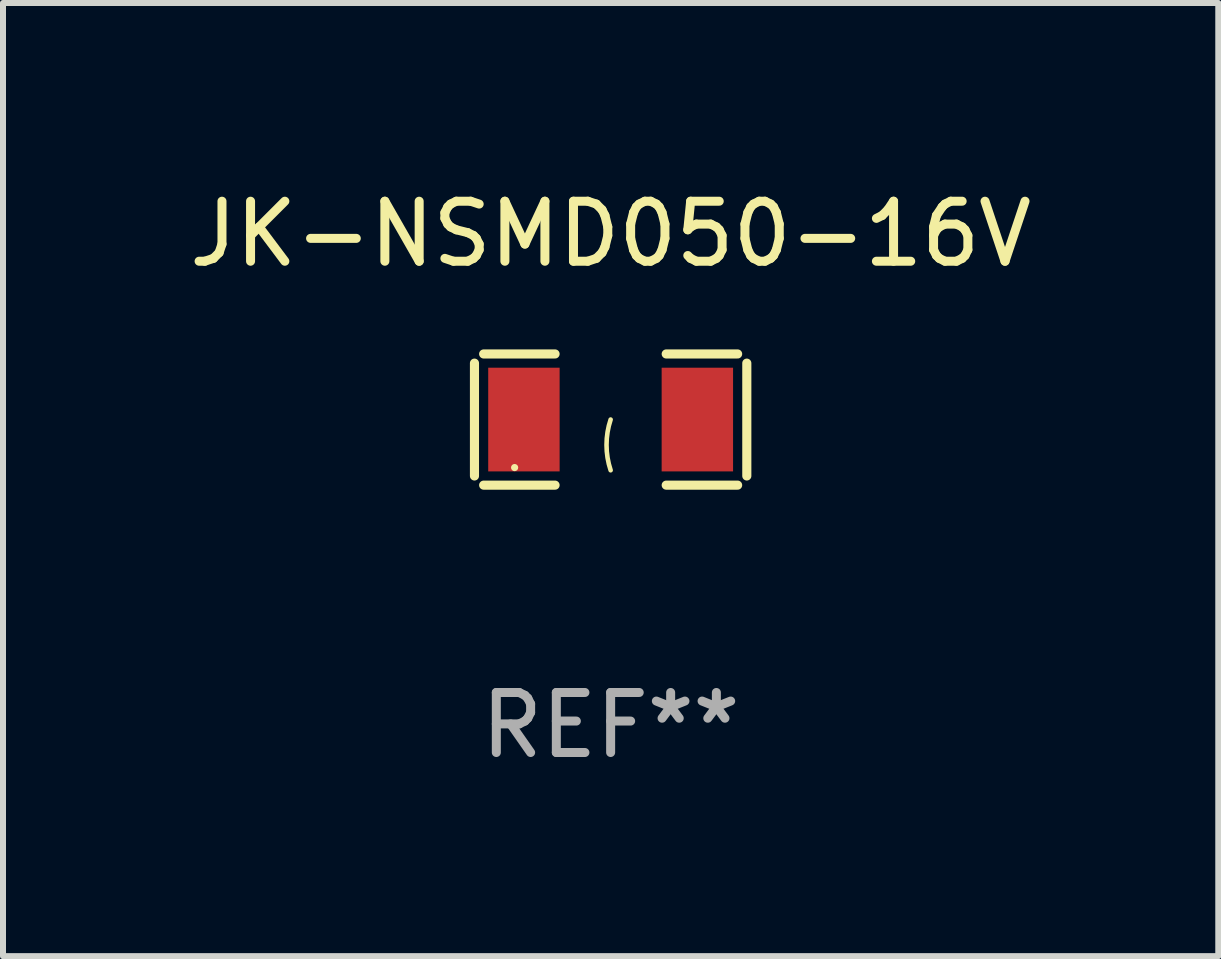
<source format=kicad_pcb>
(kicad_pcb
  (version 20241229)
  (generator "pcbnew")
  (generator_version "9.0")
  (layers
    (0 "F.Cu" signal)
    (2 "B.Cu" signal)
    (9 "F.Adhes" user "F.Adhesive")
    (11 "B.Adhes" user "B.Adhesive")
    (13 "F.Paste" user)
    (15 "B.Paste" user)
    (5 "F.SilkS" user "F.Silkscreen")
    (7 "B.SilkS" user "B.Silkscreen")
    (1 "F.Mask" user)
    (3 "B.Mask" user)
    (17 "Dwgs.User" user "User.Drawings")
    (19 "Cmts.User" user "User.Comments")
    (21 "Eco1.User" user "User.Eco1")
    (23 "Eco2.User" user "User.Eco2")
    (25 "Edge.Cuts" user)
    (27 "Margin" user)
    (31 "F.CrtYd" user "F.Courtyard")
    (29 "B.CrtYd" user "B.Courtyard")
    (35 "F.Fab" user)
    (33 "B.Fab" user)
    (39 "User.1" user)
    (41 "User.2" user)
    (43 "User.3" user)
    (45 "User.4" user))
  (footprint "JK-NSMD050-16V"
    (layer "F.Cu")
    (at 7.125 3.941)
    (property "Reference" "JK-NSMD050-16V" (at 0 -3.093 0) (layer "F.SilkS") (effects (font (size 1 1) (thickness 0.15))))
    (attr through_hole)
    (fp_line (start -2.269 -0.94) (end -2.269 0.94) (stroke (width 0.152) (type solid)) (layer "F.SilkS"))
    (fp_line (start -2.116 1.093) (end -0.926 1.093) (stroke (width 0.152) (type solid)) (layer "F.SilkS"))
    (fp_line (start -0.926 -1.093) (end -2.116 -1.093) (stroke (width 0.152) (type solid)) (layer "F.SilkS"))
    (fp_line (start 0.926 -1.093) (end 2.116 -1.093) (stroke (width 0.152) (type solid)) (layer "F.SilkS"))
    (fp_line (start 2.116 1.093) (end 0.926 1.093) (stroke (width 0.152) (type solid)) (layer "F.SilkS"))
    (fp_line (start 2.269 -0.94) (end 2.269 0.94) (stroke (width 0.152) (type solid)) (layer "F.SilkS"))
    (fp_arc (start 0 0.844951) (mid -0.068559 0.422475) (end 0 0) (stroke (width 0.0762) (type solid)) (layer "F.SilkS"))
    (fp_circle (center -1.6 0.8) (end -1.57 0.8) (stroke (width 0.06) (type solid)) (fill no) (layer "F.SilkS"))
    (fp_text user "REF**" (at 0 5.093 0) (layer "F.Fab") (effects (font (size 1 1) (thickness 0.15))))
    (pad "1" smd rect (at -1.445 0) (size 1.19 1.728) (layers "F.Cu" "F.Mask" "F.Paste"))
    (pad "2" smd rect (at 1.445 0) (size 1.19 1.728) (layers "F.Cu" "F.Mask" "F.Paste")))
  (gr_rect
    (start -3 -3)
    (end 17.25 12.882)
    (stroke (width 0.1) (type default))
    (fill no)
    (layer "Edge.Cuts")))
</source>
